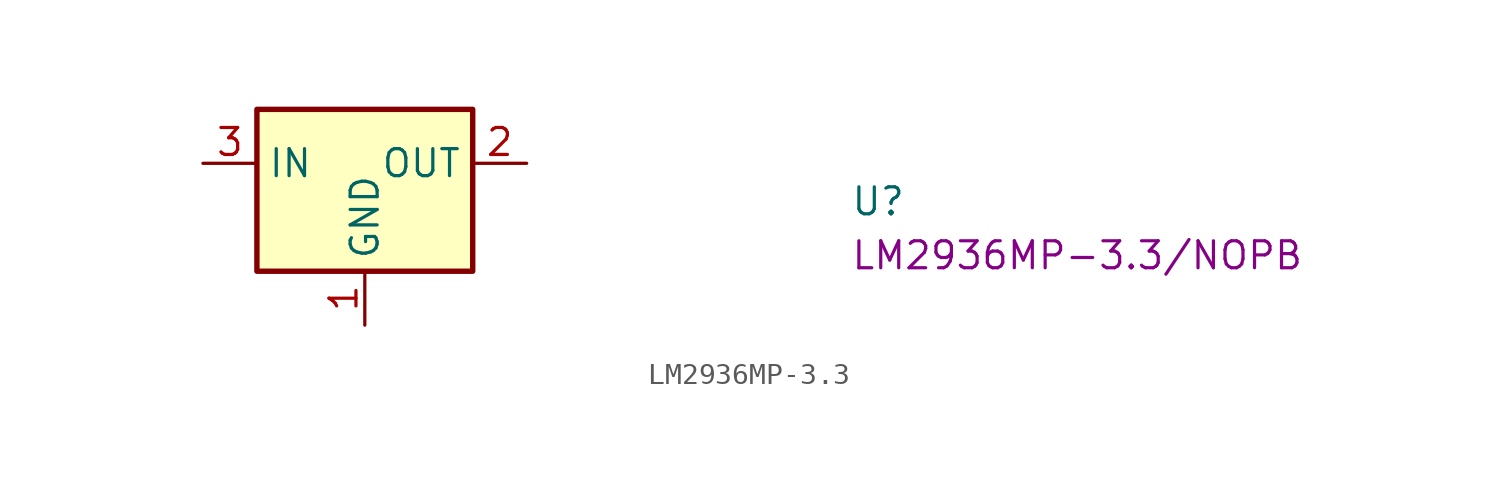
<source format=kicad_sym>
(kicad_symbol_lib
  (version 20220914)
  (generator kicad_symbol_editor)
  (symbol "LM2936MP-3.3"
    (property "Reference" "U"
      (at 30.48 -2.54 0)
      (effects (font (size 1.27 1.27) (thickness 0.15)) (justify left bottom)))
    (property "MPN" "LM2936MP-3.3/NOPB"
      (at 30.48 -5.08 0)
      (effects (font (size 1.27 1.27) (thickness 0.15)) (justify left bottom)))
    (symbol "LM2936MP-3.3_1_1"
      (rectangle (start 2.54 2.54) (end 12.7 -5.08) (stroke (width 0.254) (type default)) (fill (type background)))
      (pin power_in line (at 7.62 -7.62 90) (length 2.54) (name "GND" (effects (font (size 1.27 1.27)))) (number "1" (effects (font (size 1.27 1.27)))))
      (pin power_out line (at 15.24 0 180) (length 2.54) (name "OUT" (effects (font (size 1.27 1.27)))) (number "2" (effects (font (size 1.27 1.27)))))
      (pin power_in line (at 0 0 0) (length 2.54) (name "IN" (effects (font (size 1.27 1.27)))) (number "3" (effects (font (size 1.27 1.27)))))
      (pin passive line (at 7.62 -7.62 90) (length 2.54) hide (name "GND" (effects (font (size 1.27 1.27)))) (number "4" (effects (font (size 1.27 1.27))))))))
</source>
